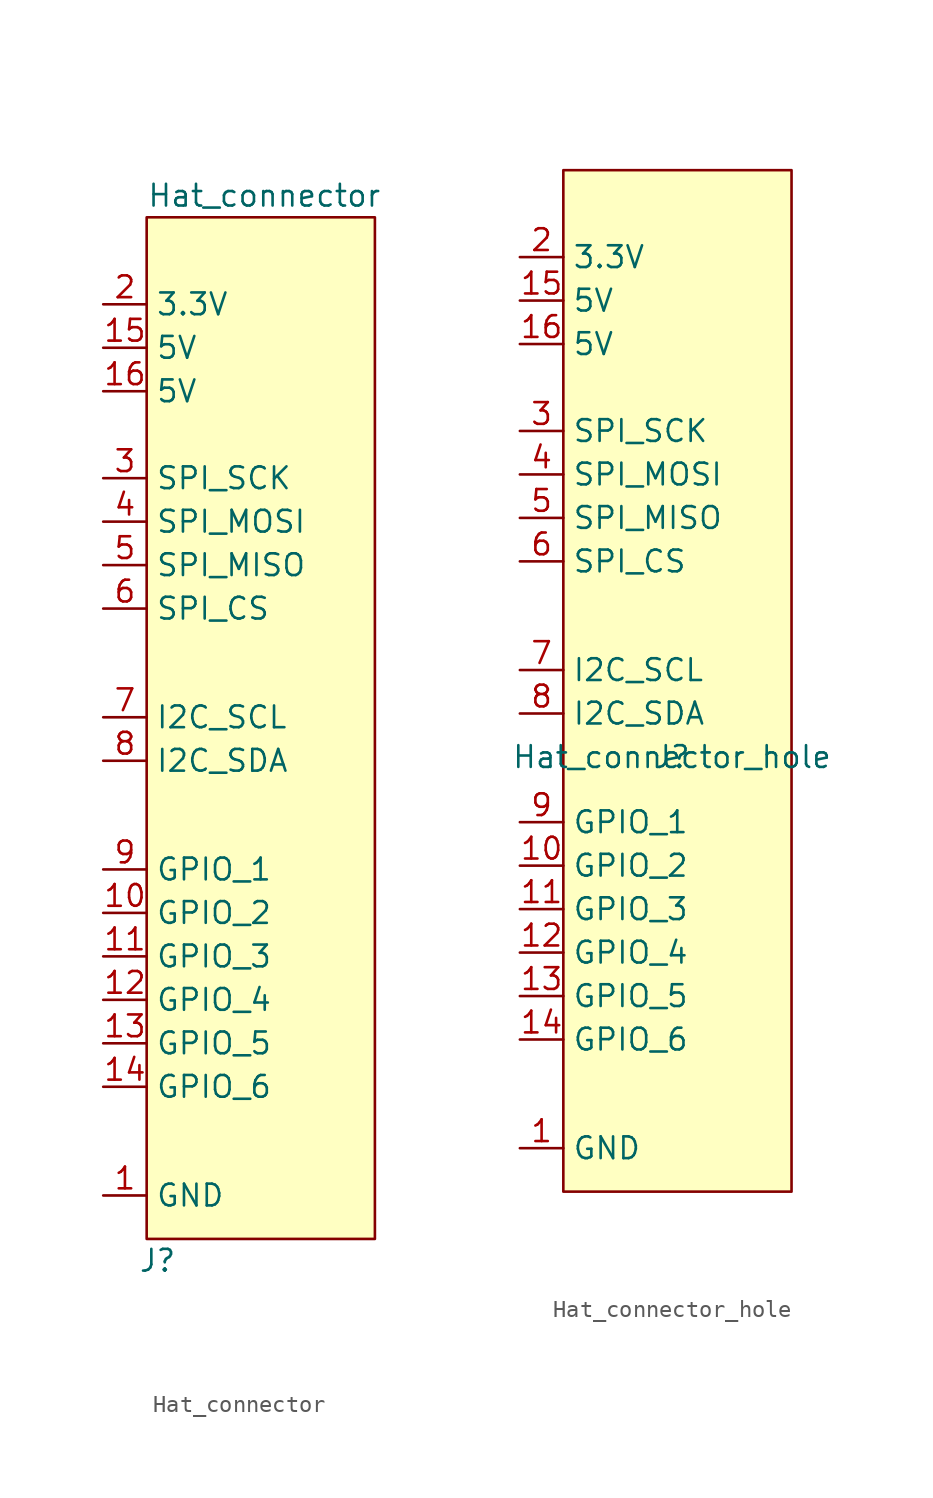
<source format=kicad_sym>
(kicad_symbol_lib
  (version 20211014)
  (generator kicad_symbol_editor)
  (symbol "Hat_connector"
    (property "Reference" "J"
      (at -6.35 -26.035 0)
      (effects (font (size 1.27 1.27))))
    (property "Value" "Hat_connector"
      (at -6.985 36.195 0)
      (effects (font (size 1.27 1.27)) (justify left)))
    (symbol "Hat_connector_0_0"
      (pin power_in line (at -9.525 -22.225 0) (length 2.54) (name "GND" (effects (font (size 1.27 1.27)))) (number "1" (effects (font (size 1.27 1.27)))))
      (pin bidirectional line (at -9.525 -5.715 0) (length 2.54) (name "GPIO_2" (effects (font (size 1.27 1.27)))) (number "10" (effects (font (size 1.27 1.27)))))
      (pin bidirectional line (at -9.525 -8.255 0) (length 2.54) (name "GPIO_3" (effects (font (size 1.27 1.27)))) (number "11" (effects (font (size 1.27 1.27)))))
      (pin bidirectional line (at -9.525 -10.795 0) (length 2.54) (name "GPIO_4" (effects (font (size 1.27 1.27)))) (number "12" (effects (font (size 1.27 1.27)))))
      (pin bidirectional line (at -9.525 -13.335 0) (length 2.54) (name "GPIO_5" (effects (font (size 1.27 1.27)))) (number "13" (effects (font (size 1.27 1.27)))))
      (pin bidirectional line (at -9.525 -15.875 0) (length 2.54) (name "GPIO_6" (effects (font (size 1.27 1.27)))) (number "14" (effects (font (size 1.27 1.27)))))
      (pin power_in line (at -9.525 27.305 0) (length 2.54) (name "5V" (effects (font (size 1.27 1.27)))) (number "15" (effects (font (size 1.27 1.27)))))
      (pin power_in line (at -9.525 24.765 0) (length 2.54) (name "5V" (effects (font (size 1.27 1.27)))) (number "16" (effects (font (size 1.27 1.27)))))
      (pin power_in line (at -9.525 29.845 0) (length 2.54) (name "3.3V" (effects (font (size 1.27 1.27)))) (number "2" (effects (font (size 1.27 1.27)))))
      (pin output line (at -9.525 19.685 0) (length 2.54) (name "SPI_SCK" (effects (font (size 1.27 1.27)))) (number "3" (effects (font (size 1.27 1.27)))))
      (pin output line (at -9.525 17.145 0) (length 2.54) (name "SPI_MOSI" (effects (font (size 1.27 1.27)))) (number "4" (effects (font (size 1.27 1.27)))))
      (pin input line (at -9.525 14.605 0) (length 2.54) (name "SPI_MISO" (effects (font (size 1.27 1.27)))) (number "5" (effects (font (size 1.27 1.27)))))
      (pin output line (at -9.525 12.065 0) (length 2.54) (name "SPI_CS" (effects (font (size 1.27 1.27)))) (number "6" (effects (font (size 1.27 1.27)))))
      (pin output line (at -9.525 5.715 0) (length 2.54) (name "I2C_SCL" (effects (font (size 1.27 1.27)))) (number "7" (effects (font (size 1.27 1.27)))))
      (pin bidirectional line (at -9.525 3.175 0) (length 2.54) (name "I2C_SDA" (effects (font (size 1.27 1.27)))) (number "8" (effects (font (size 1.27 1.27)))))
      (pin bidirectional line (at -9.525 -3.175 0) (length 2.54) (name "GPIO_1" (effects (font (size 1.27 1.27)))) (number "9" (effects (font (size 1.27 1.27))))))
    (symbol "Hat_connector_0_1"
      (rectangle (start -6.985 34.925) (end 6.35 -24.765) (stroke (width 0) (type default) (color 0 0 0 0)) (fill (type background)))))
  (symbol "Hat_connector_hole"
    (property "Reference" "J"
      (at 0 0 0)
      (effects (font (size 1.27 1.27))))
    (property "Value" "Hat_connector_hole"
      (at 0 0 0)
      (effects (font (size 1.27 1.27))))
    (symbol "Hat_connector_hole_0_0"
      (pin power_in line (at -8.89 -22.86 0) (length 2.54) (name "GND" (effects (font (size 1.27 1.27)))) (number "1" (effects (font (size 1.27 1.27)))))
      (pin bidirectional line (at -8.89 -6.35 0) (length 2.54) (name "GPIO_2" (effects (font (size 1.27 1.27)))) (number "10" (effects (font (size 1.27 1.27)))))
      (pin bidirectional line (at -8.89 -8.89 0) (length 2.54) (name "GPIO_3" (effects (font (size 1.27 1.27)))) (number "11" (effects (font (size 1.27 1.27)))))
      (pin bidirectional line (at -8.89 -11.43 0) (length 2.54) (name "GPIO_4" (effects (font (size 1.27 1.27)))) (number "12" (effects (font (size 1.27 1.27)))))
      (pin bidirectional line (at -8.89 -13.97 0) (length 2.54) (name "GPIO_5" (effects (font (size 1.27 1.27)))) (number "13" (effects (font (size 1.27 1.27)))))
      (pin bidirectional line (at -8.89 -16.51 0) (length 2.54) (name "GPIO_6" (effects (font (size 1.27 1.27)))) (number "14" (effects (font (size 1.27 1.27)))))
      (pin power_in line (at -8.89 26.67 0) (length 2.54) (name "5V" (effects (font (size 1.27 1.27)))) (number "15" (effects (font (size 1.27 1.27)))))
      (pin power_in line (at -8.89 24.13 0) (length 2.54) (name "5V" (effects (font (size 1.27 1.27)))) (number "16" (effects (font (size 1.27 1.27)))))
      (pin power_in line (at -8.89 29.21 0) (length 2.54) (name "3.3V" (effects (font (size 1.27 1.27)))) (number "2" (effects (font (size 1.27 1.27)))))
      (pin output line (at -8.89 19.05 0) (length 2.54) (name "SPI_SCK" (effects (font (size 1.27 1.27)))) (number "3" (effects (font (size 1.27 1.27)))))
      (pin output line (at -8.89 16.51 0) (length 2.54) (name "SPI_MOSI" (effects (font (size 1.27 1.27)))) (number "4" (effects (font (size 1.27 1.27)))))
      (pin input line (at -8.89 13.97 0) (length 2.54) (name "SPI_MISO" (effects (font (size 1.27 1.27)))) (number "5" (effects (font (size 1.27 1.27)))))
      (pin output line (at -8.89 11.43 0) (length 2.54) (name "SPI_CS" (effects (font (size 1.27 1.27)))) (number "6" (effects (font (size 1.27 1.27)))))
      (pin output line (at -8.89 5.08 0) (length 2.54) (name "I2C_SCL" (effects (font (size 1.27 1.27)))) (number "7" (effects (font (size 1.27 1.27)))))
      (pin bidirectional line (at -8.89 2.54 0) (length 2.54) (name "I2C_SDA" (effects (font (size 1.27 1.27)))) (number "8" (effects (font (size 1.27 1.27)))))
      (pin bidirectional line (at -8.89 -3.81 0) (length 2.54) (name "GPIO_1" (effects (font (size 1.27 1.27)))) (number "9" (effects (font (size 1.27 1.27))))))
    (symbol "Hat_connector_hole_0_1"
      (rectangle (start -6.35 34.29) (end 6.985 -25.4) (stroke (width 0) (type default) (color 0 0 0 0)) (fill (type background))))))
</source>
